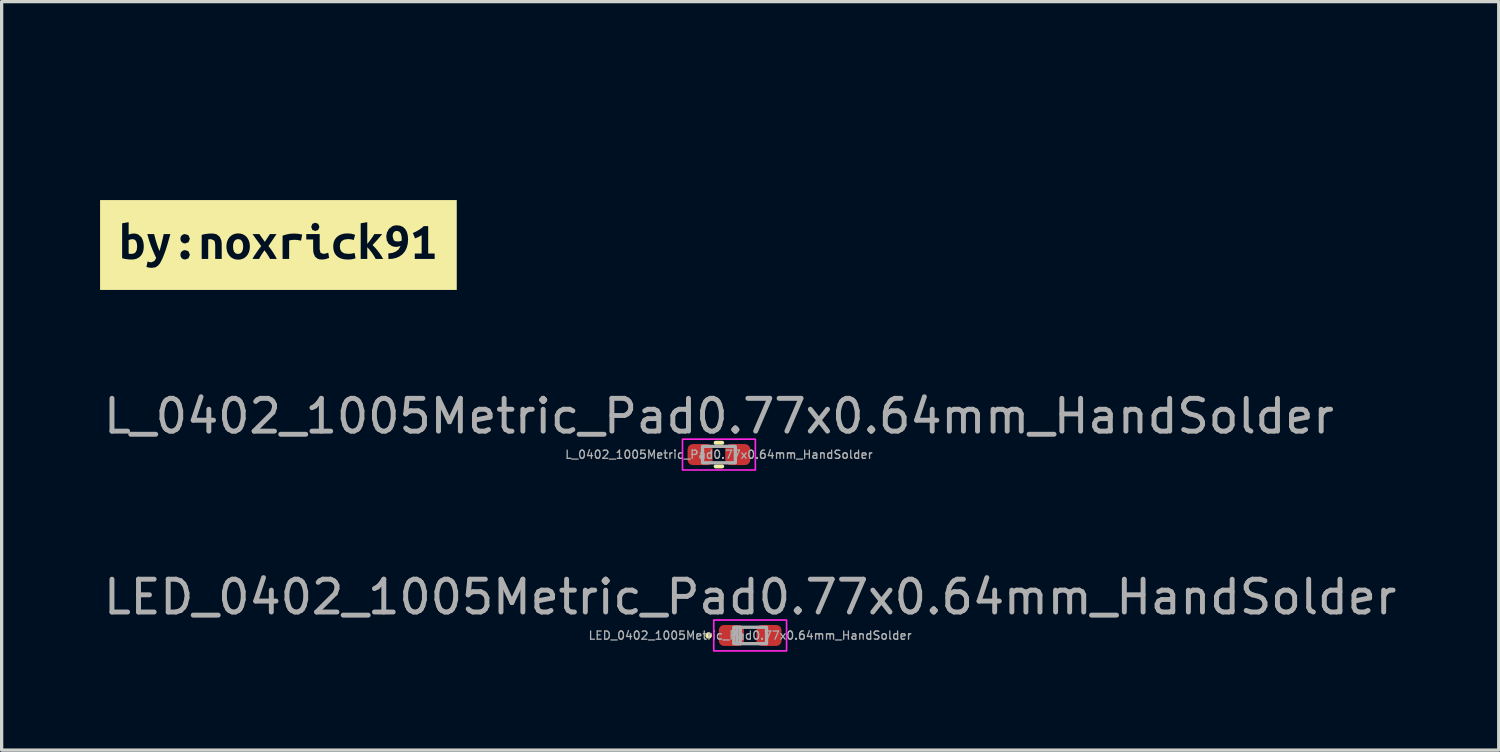
<source format=kicad_pcb>
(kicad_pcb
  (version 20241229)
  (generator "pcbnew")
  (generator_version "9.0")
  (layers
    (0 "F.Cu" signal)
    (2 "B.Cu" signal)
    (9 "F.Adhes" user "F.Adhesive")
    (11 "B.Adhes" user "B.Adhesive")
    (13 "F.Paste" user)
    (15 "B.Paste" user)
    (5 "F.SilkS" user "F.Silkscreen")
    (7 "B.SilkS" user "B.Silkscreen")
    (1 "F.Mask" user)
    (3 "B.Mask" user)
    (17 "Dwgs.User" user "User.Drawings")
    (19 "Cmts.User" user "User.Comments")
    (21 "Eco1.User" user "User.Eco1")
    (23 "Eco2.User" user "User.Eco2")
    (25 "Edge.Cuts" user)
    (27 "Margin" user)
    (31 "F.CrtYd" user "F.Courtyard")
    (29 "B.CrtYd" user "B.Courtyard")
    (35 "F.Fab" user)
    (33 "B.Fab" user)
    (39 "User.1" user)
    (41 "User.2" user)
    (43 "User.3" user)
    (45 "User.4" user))
  (footprint "LED_0402_1005Metric_Pad0.77x0.64mm_HandSolder"
    (layer "F.Cu")
    (at 19.815 16.319)
    (property "Reference" "LED_0402_1005Metric_Pad0.77x0.64mm_HandSolder" (at 0 -1.17 0) (layer "F.Fab") (effects (font (size 1 1) (thickness 0.15))))
    (attr smd)
    (fp_circle (center -1.265 0) (end -1.215 0) (stroke (width 0.1) (type solid)) (fill no) (layer "F.SilkS"))
    (fp_rect (start -1.11 -0.47) (end 1.11 0.47) (stroke (width 0.05) (type solid)) (fill no) (layer "F.CrtYd"))
    (fp_line (start -0.4 0.25) (end -0.4 -0.25) (stroke (width 0.1) (type solid)) (layer "F.Fab"))
    (fp_line (start -0.3 0.25) (end -0.3 -0.25) (stroke (width 0.1) (type solid)) (layer "F.Fab"))
    (fp_rect (start -0.5 -0.25) (end 0.5 0.25) (stroke (width 0.1) (type solid)) (fill no) (layer "F.Fab"))
    (fp_text user "${REFERENCE}" (at 0 0 0) (layer "F.Fab") (effects (font (size 0.25 0.25) (thickness 0.04))))
    (pad "1" smd roundrect (at -0.573 0) (size 0.765 0.64) (layers "F.Cu" "F.Mask" "F.Paste") (roundrect_rratio 0.25))
    (pad "2" smd roundrect (at 0.573 0) (size 0.765 0.64) (layers "F.Cu" "F.Mask" "F.Paste") (roundrect_rratio 0.25)))
  (footprint "L_0402_1005Metric_Pad0.77x0.64mm_HandSolder"
    (layer "F.Cu")
    (at 18.863 10.806)
    (property "Reference" "L_0402_1005Metric_Pad0.77x0.64mm_HandSolder" (at 0 -1.17 180) (layer "F.Fab") (effects (font (size 1 1) (thickness 0.15))))
    (attr smd)
    (fp_line (start -0.1 -0.36) (end 0.1 -0.36) (stroke (width 0.12) (type solid)) (layer "F.SilkS"))
    (fp_line (start -0.1 0.36) (end 0.1 0.36) (stroke (width 0.12) (type solid)) (layer "F.SilkS"))
    (fp_rect (start -1.11 -0.47) (end 1.11 0.47) (stroke (width 0.05) (type solid)) (fill no) (layer "F.CrtYd"))
    (fp_rect (start -0.5 -0.25) (end 0.5 0.25) (stroke (width 0.1) (type solid)) (fill no) (layer "F.Fab"))
    (fp_text user "${REFERENCE}" (at 0 0 0) (layer "F.Fab") (effects (font (size 0.25 0.25) (thickness 0.04))))
    (pad "1" smd roundrect (at -0.573 0) (size 0.765 0.64) (layers "F.Cu" "F.Mask" "F.Paste") (roundrect_rratio 0.25))
    (pad "2" smd roundrect (at 0.573 0) (size 0.765 0.64) (layers "F.Cu" "F.Mask" "F.Paste") (roundrect_rratio 0.25)))
  (footprint "kibuzzard-692C9AA1"
    (layer "F.Cu")
    (at 5.436 4.418)
    (property "Reference" "kibuzzard-692C9AA1" (at 0 -4.417 0) (layer "F.SilkS") (effects (font (size 0.001 0.001) (thickness 0.15))))
    (attr board_only exclude_from_pos_files exclude_from_bom)
    (fp_poly (pts (xy -4.306 0.04) (xy -4.315 -0.054) (xy -4.341 -0.123) (xy -4.385 -0.165) (xy -4.447 -0.179) (xy -4.511 -0.17) (xy -4.565 -0.149) (xy -4.565 0.263) (xy -4.517 0.27) (xy -4.474 0.271) (xy -4.405 0.258) (xy -4.351 0.219) (xy -4.317 0.148) (xy -4.306 0.04)) (stroke (width 0) (type solid)) (fill yes) (layer "F.SilkS"))
    (fp_poly (pts (xy 3.636 -0.107) (xy 3.7 -0.113) (xy 3.755 -0.131) (xy 3.758 -0.162) (xy 3.758 -0.199) (xy 3.751 -0.28) (xy 3.727 -0.355) (xy 3.682 -0.41) (xy 3.611 -0.431) (xy 3.551 -0.418) (xy 3.511 -0.381) (xy 3.488 -0.328) (xy 3.481 -0.263) (xy 3.516 -0.147) (xy 3.564 -0.117) (xy 3.636 -0.107)) (stroke (width 0) (type solid)) (fill yes) (layer "F.SilkS"))
    (fp_poly (pts (xy -1.384 0.045) (xy -1.375 0.137) (xy -1.347 0.21) (xy -1.3 0.257) (xy -1.23 0.273) (xy -1.162 0.257) (xy -1.113 0.21) (xy -1.083 0.137) (xy -1.074 0.045) (xy -1.083 -0.047) (xy -1.11 -0.119) (xy -1.157 -0.165) (xy -1.227 -0.181) (xy -1.295 -0.165) (xy -1.344 -0.119) (xy -1.374 -0.047) (xy -1.384 0.045)) (stroke (width 0) (type solid)) (fill yes) (layer "F.SilkS"))
    (fp_poly (pts (xy -4.763 -1.369) (xy -5.436 -1.369) (xy -5.436 1.369) (xy -4.763 1.369) (xy -4.469 1.369) (xy -4.469 0.443) (xy -4.548 0.44) (xy -4.628 0.431) (xy -4.702 0.418) (xy -4.763 0.402) (xy -4.763 -0.662) (xy -4.565 -0.696) (xy -4.565 -0.317) (xy -4.484 -0.343) (xy -4.406 -0.351) (xy -4.336 -0.343) (xy -4.275 -0.322) (xy -4.181 -0.242) (xy -4.148 -0.184) (xy -4.124 -0.116) (xy -4.109 -0.04) (xy -4.104 0.045) (xy -4.11 0.131) (xy -4.128 0.209) (xy -4.158 0.277) (xy -4.2 0.334) (xy -4.252 0.38) (xy -4.314 0.414) (xy -4.387 0.436) (xy -4.469 0.443) (xy -4.469 1.369) (xy -3.863 1.369) (xy -3.863 0.696) (xy -3.955 0.688) (xy -4.023 0.667) (xy -3.986 0.501) (xy -3.929 0.521) (xy -3.875 0.527) (xy -3.781 0.488) (xy -3.725 0.396) (xy -3.772 0.296) (xy -3.819 0.188) (xy -3.867 0.07) (xy -3.901 -0.024) (xy -3.935 -0.123) (xy -3.966 -0.226) (xy -3.996 -0.334) (xy -3.789 -0.334) (xy -3.756 -0.207) (xy -3.737 -0.139) (xy -3.716 -0.071) (xy -3.695 -0.004) (xy -3.672 0.062) (xy -3.624 0.184) (xy -3.59 0.062) (xy -3.573 -0.004) (xy -3.557 -0.07) (xy -3.541 -0.138) (xy -3.525 -0.205) (xy -3.497 -0.334) (xy -3.293 -0.334) (xy -3.323 -0.229) (xy -3.352 -0.125) (xy -3.381 -0.024) (xy -3.411 0.075) (xy -3.443 0.172) (xy -3.477 0.267) (xy -3.513 0.359) (xy -3.552 0.449) (xy -3.612 0.561) (xy -3.679 0.637) (xy -3.759 0.682) (xy -3.863 0.696) (xy -3.863 1.369) (xy -2.842 1.369) (xy -2.842 0.443) (xy -2.897 0.433) (xy -2.943 0.405) (xy -2.976 0.359) (xy -2.988 0.297) (xy -2.976 0.237) (xy -2.943 0.192) (xy -2.897 0.165) (xy -2.842 0.155) (xy -2.842 -0.047) (xy -2.897 -0.057) (xy -2.943 -0.085) (xy -2.976 -0.13) (xy -2.988 -0.192) (xy -2.976 -0.253) (xy -2.943 -0.297) (xy -2.897 -0.325) (xy -2.842 -0.334) (xy -2.742 -0.297) (xy -2.699 -0.192) (xy -2.742 -0.084) (xy -2.842 -0.047) (xy -2.842 0.155) (xy -2.742 0.192) (xy -2.699 0.297) (xy -2.742 0.405) (xy -2.842 0.443) (xy -2.842 1.369) (xy -1.728 1.369) (xy -1.728 0.425) (xy -1.926 0.425) (xy -1.926 0.023) (xy -1.933 -0.069) (xy -1.951 -0.131) (xy -2.049 -0.178) (xy -2.094 -0.176) (xy -2.14 -0.171) (xy -2.14 0.425) (xy -2.338 0.425) (xy -2.338 -0.31) (xy -2.279 -0.324) (xy -2.207 -0.338) (xy -2.125 -0.347) (xy -2.036 -0.351) (xy -1.954 -0.344) (xy -1.886 -0.326) (xy -1.792 -0.254) (xy -1.742 -0.145) (xy -1.731 -0.077) (xy -1.728 -0.003) (xy -1.728 0.425) (xy -1.728 1.369) (xy -1.227 1.369) (xy -1.227 0.446) (xy -1.304 0.439) (xy -1.373 0.417) (xy -1.434 0.382) (xy -1.486 0.334) (xy -1.528 0.276) (xy -1.56 0.208) (xy -1.579 0.13) (xy -1.586 0.044) (xy -1.579 -0.041) (xy -1.559 -0.119) (xy -1.527 -0.187) (xy -1.485 -0.245) (xy -1.432 -0.291) (xy -1.371 -0.326) (xy -1.302 -0.347) (xy -1.227 -0.354) (xy -1.151 -0.347) (xy -1.082 -0.326) (xy -1.021 -0.291) (xy -0.969 -0.245) (xy -0.927 -0.187) (xy -0.896 -0.119) (xy -0.876 -0.041) (xy -0.87 0.044) (xy -0.876 0.13) (xy -0.896 0.208) (xy -0.927 0.276) (xy -0.968 0.334) (xy -1.02 0.382) (xy -1.081 0.417) (xy -1.15 0.439) (xy -1.227 0.446) (xy -1.227 1.369) (xy -0.048 1.369) (xy -0.048 0.425) (xy -0.254 0.425) (xy -0.298 0.347) (xy -0.342 0.278) (xy -0.384 0.216) (xy -0.424 0.162) (xy -0.47 0.225) (xy -0.511 0.288) (xy -0.55 0.353) (xy -0.59 0.425) (xy -0.792 0.425) (xy -0.737 0.33) (xy -0.67 0.23) (xy -0.598 0.129) (xy -0.524 0.034) (xy -0.791 -0.334) (xy -0.582 -0.334) (xy -0.414 -0.097) (xy -0.259 -0.334) (xy -0.057 -0.334) (xy -0.303 0.031) (xy -0.227 0.13) (xy -0.156 0.236) (xy -0.095 0.338) (xy -0.048 0.425) (xy -0.048 1.369) (xy 0.327 1.369) (xy 0.327 0.425) (xy 0.127 0.425) (xy 0.127 -0.284) (xy 0.207 -0.311) (xy 0.289 -0.331) (xy 0.379 -0.345) (xy 0.484 -0.349) (xy 0.53 -0.347) (xy 0.594 -0.342) (xy 0.662 -0.332) (xy 0.725 -0.317) (xy 0.689 -0.132) (xy 0.643 -0.142) (xy 0.589 -0.151) (xy 0.536 -0.157) (xy 0.492 -0.158) (xy 0.41 -0.154) (xy 0.327 -0.139) (xy 0.327 0.425) (xy 0.327 1.369) (xy 1.33 1.369) (xy 1.33 0.443) (xy 1.259 0.437) (xy 1.2 0.42) (xy 1.116 0.355) (xy 1.072 0.25) (xy 1.062 0.185) (xy 1.059 0.11) (xy 1.059 -0.17) (xy 0.849 -0.17) (xy 0.849 -0.334) (xy 1.124 -0.334) (xy 1.124 -0.426) (xy 1.036 -0.46) (xy 0.999 -0.553) (xy 1.036 -0.646) (xy 1.124 -0.68) (xy 1.212 -0.646) (xy 1.25 -0.553) (xy 1.212 -0.46) (xy 1.124 -0.426) (xy 1.124 -0.334) (xy 1.258 -0.334) (xy 1.258 0.136) (xy 1.283 0.237) (xy 1.366 0.27) (xy 1.432 0.263) (xy 1.519 0.233) (xy 1.545 0.393) (xy 1.43 0.432) (xy 1.33 0.443) (xy 1.33 1.369) (xy 2.109 1.369) (xy 2.109 0.443) (xy 2.001 0.435) (xy 1.91 0.412) (xy 1.834 0.376) (xy 1.773 0.328) (xy 1.727 0.27) (xy 1.695 0.202) (xy 1.676 0.126) (xy 1.67 0.045) (xy 1.676 -0.035) (xy 1.695 -0.11) (xy 1.728 -0.178) (xy 1.775 -0.237) (xy 1.835 -0.285) (xy 1.91 -0.322) (xy 1.999 -0.346) (xy 2.104 -0.354) (xy 2.227 -0.344) (xy 2.338 -0.312) (xy 2.295 -0.152) (xy 2.223 -0.172) (xy 2.122 -0.181) (xy 2.003 -0.164) (xy 1.926 -0.117) (xy 1.884 -0.045) (xy 1.872 0.045) (xy 1.886 0.139) (xy 1.931 0.21) (xy 2.01 0.255) (xy 2.132 0.27) (xy 2.229 0.263) (xy 2.322 0.242) (xy 2.351 0.405) (xy 2.25 0.432) (xy 2.185 0.44) (xy 2.109 0.443) (xy 2.109 1.369) (xy 3.193 1.369) (xy 3.193 0.425) (xy 2.965 0.425) (xy 2.914 0.334) (xy 2.847 0.233) (xy 2.775 0.14) (xy 2.708 0.066) (xy 2.708 0.425) (xy 2.508 0.425) (xy 2.508 -0.662) (xy 2.708 -0.696) (xy 2.708 -0.034) (xy 2.767 -0.106) (xy 2.826 -0.184) (xy 2.88 -0.263) (xy 2.925 -0.334) (xy 3.164 -0.334) (xy 3.098 -0.254) (xy 3.021 -0.165) (xy 2.942 -0.078) (xy 2.87 0) (xy 2.957 0.093) (xy 3.004 0.148) (xy 3.049 0.205) (xy 3.093 0.263) (xy 3.132 0.321) (xy 3.193 0.425) (xy 3.193 1.369) (xy 3.355 1.369) (xy 3.355 0.428) (xy 3.348 0.257) (xy 3.471 0.242) (xy 3.579 0.201) (xy 3.666 0.131) (xy 3.723 0.031) (xy 3.61 0.058) (xy 3.529 0.052) (xy 3.461 0.033) (xy 3.361 -0.036) (xy 3.305 -0.137) (xy 3.287 -0.26) (xy 3.307 -0.379) (xy 3.367 -0.489) (xy 3.466 -0.569) (xy 3.531 -0.593) (xy 3.607 -0.601) (xy 3.71 -0.588) (xy 3.795 -0.551) (xy 3.863 -0.488) (xy 3.913 -0.403) (xy 3.942 -0.298) (xy 3.952 -0.173) (xy 3.942 -0.036) (xy 3.91 0.085) (xy 3.859 0.188) (xy 3.79 0.273) (xy 3.704 0.34) (xy 3.601 0.389) (xy 3.484 0.418) (xy 3.355 0.428) (xy 3.355 1.369) (xy 4.763 1.369) (xy 4.763 0.425) (xy 4.156 0.425) (xy 4.156 0.26) (xy 4.366 0.26) (xy 4.366 -0.299) (xy 4.263 -0.242) (xy 4.164 -0.202) (xy 4.099 -0.367) (xy 4.183 -0.404) (xy 4.274 -0.454) (xy 4.359 -0.512) (xy 4.429 -0.575) (xy 4.565 -0.575) (xy 4.565 0.26) (xy 4.763 0.26) (xy 4.763 0.425) (xy 4.763 1.369) (xy 5.436 1.369) (xy 5.436 -1.369) (xy 4.763 -1.369) (xy -4.763 -1.369)) (stroke (width 0) (type solid)) (fill yes) (layer "F.SilkS")))
  (gr_rect
    (start -3 -3)
    (end 42.631 19.814)
    (stroke (width 0.1) (type default))
    (fill no)
    (layer "Edge.Cuts")))
</source>
